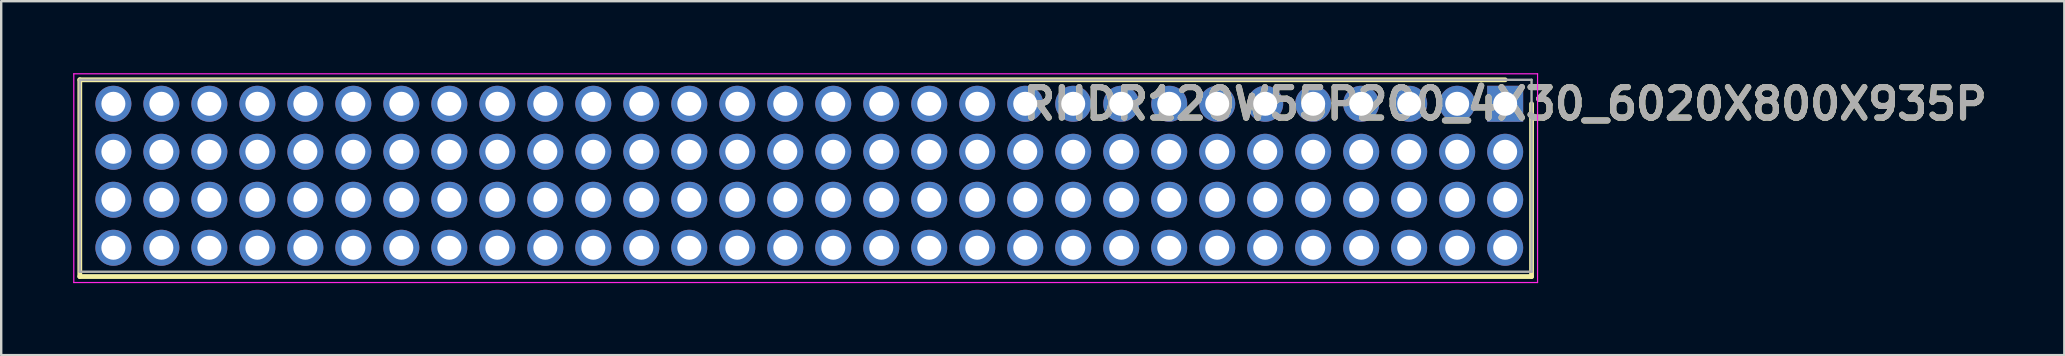
<source format=kicad_pcb>
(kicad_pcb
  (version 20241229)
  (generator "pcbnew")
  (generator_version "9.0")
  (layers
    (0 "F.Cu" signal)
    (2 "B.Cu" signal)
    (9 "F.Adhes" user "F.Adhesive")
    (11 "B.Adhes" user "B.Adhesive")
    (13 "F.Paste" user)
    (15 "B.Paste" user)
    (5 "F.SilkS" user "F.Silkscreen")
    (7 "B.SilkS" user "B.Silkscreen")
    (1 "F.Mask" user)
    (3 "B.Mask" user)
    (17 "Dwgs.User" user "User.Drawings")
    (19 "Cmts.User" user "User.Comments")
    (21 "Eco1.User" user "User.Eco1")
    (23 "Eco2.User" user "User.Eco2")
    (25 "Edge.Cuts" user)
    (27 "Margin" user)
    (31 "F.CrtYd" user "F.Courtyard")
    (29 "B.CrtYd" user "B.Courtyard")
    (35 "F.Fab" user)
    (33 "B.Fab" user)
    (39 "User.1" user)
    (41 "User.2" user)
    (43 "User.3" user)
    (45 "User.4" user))
  (footprint "RHDR120W55P200_4X30_6020X800X935P"
    (layer "F.Cu")
    (at 59.675 1.275)
    (property "Reference" "RHDR120W55P200_4X30_6020X800X935P" (at 0 0 0) (layer "F.SilkS") (effects (font (size 1.27 1.27) (thickness 0.254))))
    (attr through_hole)
    (fp_line (start -59.4 -1) (end -59.4 7.2) (stroke (width 0.2) (type solid)) (layer "F.SilkS"))
    (fp_line (start -59.4 7.2) (end 1.1 7.2) (stroke (width 0.2) (type solid)) (layer "F.SilkS"))
    (fp_line (start 0 -1) (end -59.4 -1) (stroke (width 0.2) (type solid)) (layer "F.SilkS"))
    (fp_line (start 1.1 7.2) (end 1.1 0) (stroke (width 0.2) (type solid)) (layer "F.SilkS"))
    (fp_line (start -59.65 -1.25) (end -59.65 7.45) (stroke (width 0.05) (type solid)) (layer "F.CrtYd"))
    (fp_line (start -59.65 7.45) (end 1.35 7.45) (stroke (width 0.05) (type solid)) (layer "F.CrtYd"))
    (fp_line (start 1.35 -1.25) (end -59.65 -1.25) (stroke (width 0.05) (type solid)) (layer "F.CrtYd"))
    (fp_line (start 1.35 7.45) (end 1.35 -1.25) (stroke (width 0.05) (type solid)) (layer "F.CrtYd"))
    (fp_line (start -59.4 -1) (end -59.4 7) (stroke (width 0.1) (type solid)) (layer "F.Fab"))
    (fp_line (start -59.4 7) (end 1.1 7) (stroke (width 0.1) (type solid)) (layer "F.Fab"))
    (fp_line (start 1.1 -1) (end -59.4 -1) (stroke (width 0.1) (type solid)) (layer "F.Fab"))
    (fp_line (start 1.1 7) (end 1.1 -1) (stroke (width 0.1) (type solid)) (layer "F.Fab"))
    (fp_text user "${REFERENCE}" (at 0 0 0) (layer "F.Fab") (effects (font (size 1.27 1.27) (thickness 0.254))))
    (pad "1" thru_hole rect (at 0 0) (size 1.5 1.5) (drill 1) (layers "*.Cu" "*.Mask"))
    (pad "2" thru_hole circle (at -2 0) (size 1.5 1.5) (drill 1) (layers "*.Cu" "*.Mask"))
    (pad "3" thru_hole circle (at -4 0) (size 1.5 1.5) (drill 1) (layers "*.Cu" "*.Mask"))
    (pad "4" thru_hole circle (at -6 0) (size 1.5 1.5) (drill 1) (layers "*.Cu" "*.Mask"))
    (pad "5" thru_hole circle (at -8 0) (size 1.5 1.5) (drill 1) (layers "*.Cu" "*.Mask"))
    (pad "6" thru_hole circle (at -10 0) (size 1.5 1.5) (drill 1) (layers "*.Cu" "*.Mask"))
    (pad "7" thru_hole circle (at -12 0) (size 1.5 1.5) (drill 1) (layers "*.Cu" "*.Mask"))
    (pad "8" thru_hole circle (at -14 0) (size 1.5 1.5) (drill 1) (layers "*.Cu" "*.Mask"))
    (pad "9" thru_hole circle (at -16 0) (size 1.5 1.5) (drill 1) (layers "*.Cu" "*.Mask"))
    (pad "10" thru_hole circle (at -18 0) (size 1.5 1.5) (drill 1) (layers "*.Cu" "*.Mask"))
    (pad "11" thru_hole circle (at -20 0) (size 1.5 1.5) (drill 1) (layers "*.Cu" "*.Mask"))
    (pad "12" thru_hole circle (at -22 0) (size 1.5 1.5) (drill 1) (layers "*.Cu" "*.Mask"))
    (pad "13" thru_hole circle (at -24 0) (size 1.5 1.5) (drill 1) (layers "*.Cu" "*.Mask"))
    (pad "14" thru_hole circle (at -26 0) (size 1.5 1.5) (drill 1) (layers "*.Cu" "*.Mask"))
    (pad "15" thru_hole circle (at -28 0) (size 1.5 1.5) (drill 1) (layers "*.Cu" "*.Mask"))
    (pad "16" thru_hole circle (at -30 0) (size 1.5 1.5) (drill 1) (layers "*.Cu" "*.Mask"))
    (pad "17" thru_hole circle (at -32 0) (size 1.5 1.5) (drill 1) (layers "*.Cu" "*.Mask"))
    (pad "18" thru_hole circle (at -34 0) (size 1.5 1.5) (drill 1) (layers "*.Cu" "*.Mask"))
    (pad "19" thru_hole circle (at -36 0) (size 1.5 1.5) (drill 1) (layers "*.Cu" "*.Mask"))
    (pad "20" thru_hole circle (at -38 0) (size 1.5 1.5) (drill 1) (layers "*.Cu" "*.Mask"))
    (pad "21" thru_hole circle (at -40 0) (size 1.5 1.5) (drill 1) (layers "*.Cu" "*.Mask"))
    (pad "22" thru_hole circle (at -42 0) (size 1.5 1.5) (drill 1) (layers "*.Cu" "*.Mask"))
    (pad "23" thru_hole circle (at -44 0) (size 1.5 1.5) (drill 1) (layers "*.Cu" "*.Mask"))
    (pad "24" thru_hole circle (at -46 0) (size 1.5 1.5) (drill 1) (layers "*.Cu" "*.Mask"))
    (pad "25" thru_hole circle (at -48 0) (size 1.5 1.5) (drill 1) (layers "*.Cu" "*.Mask"))
    (pad "26" thru_hole circle (at -50 0) (size 1.5 1.5) (drill 1) (layers "*.Cu" "*.Mask"))
    (pad "27" thru_hole circle (at -52 0) (size 1.5 1.5) (drill 1) (layers "*.Cu" "*.Mask"))
    (pad "28" thru_hole circle (at -54 0) (size 1.5 1.5) (drill 1) (layers "*.Cu" "*.Mask"))
    (pad "29" thru_hole circle (at -56 0) (size 1.5 1.5) (drill 1) (layers "*.Cu" "*.Mask"))
    (pad "30" thru_hole circle (at -58 0) (size 1.5 1.5) (drill 1) (layers "*.Cu" "*.Mask"))
    (pad "31" thru_hole circle (at 0 2) (size 1.5 1.5) (drill 1) (layers "*.Cu" "*.Mask"))
    (pad "32" thru_hole circle (at -2 2) (size 1.5 1.5) (drill 1) (layers "*.Cu" "*.Mask"))
    (pad "33" thru_hole circle (at -4 2) (size 1.5 1.5) (drill 1) (layers "*.Cu" "*.Mask"))
    (pad "34" thru_hole circle (at -6 2) (size 1.5 1.5) (drill 1) (layers "*.Cu" "*.Mask"))
    (pad "35" thru_hole circle (at -8 2) (size 1.5 1.5) (drill 1) (layers "*.Cu" "*.Mask"))
    (pad "36" thru_hole circle (at -10 2) (size 1.5 1.5) (drill 1) (layers "*.Cu" "*.Mask"))
    (pad "37" thru_hole circle (at -12 2) (size 1.5 1.5) (drill 1) (layers "*.Cu" "*.Mask"))
    (pad "38" thru_hole circle (at -14 2) (size 1.5 1.5) (drill 1) (layers "*.Cu" "*.Mask"))
    (pad "39" thru_hole circle (at -16 2) (size 1.5 1.5) (drill 1) (layers "*.Cu" "*.Mask"))
    (pad "40" thru_hole circle (at -18 2) (size 1.5 1.5) (drill 1) (layers "*.Cu" "*.Mask"))
    (pad "41" thru_hole circle (at -20 2) (size 1.5 1.5) (drill 1) (layers "*.Cu" "*.Mask"))
    (pad "42" thru_hole circle (at -22 2) (size 1.5 1.5) (drill 1) (layers "*.Cu" "*.Mask"))
    (pad "43" thru_hole circle (at -24 2) (size 1.5 1.5) (drill 1) (layers "*.Cu" "*.Mask"))
    (pad "44" thru_hole circle (at -26 2) (size 1.5 1.5) (drill 1) (layers "*.Cu" "*.Mask"))
    (pad "45" thru_hole circle (at -28 2) (size 1.5 1.5) (drill 1) (layers "*.Cu" "*.Mask"))
    (pad "46" thru_hole circle (at -30 2) (size 1.5 1.5) (drill 1) (layers "*.Cu" "*.Mask"))
    (pad "47" thru_hole circle (at -32 2) (size 1.5 1.5) (drill 1) (layers "*.Cu" "*.Mask"))
    (pad "48" thru_hole circle (at -34 2) (size 1.5 1.5) (drill 1) (layers "*.Cu" "*.Mask"))
    (pad "49" thru_hole circle (at -36 2) (size 1.5 1.5) (drill 1) (layers "*.Cu" "*.Mask"))
    (pad "50" thru_hole circle (at -38 2) (size 1.5 1.5) (drill 1) (layers "*.Cu" "*.Mask"))
    (pad "51" thru_hole circle (at -40 2) (size 1.5 1.5) (drill 1) (layers "*.Cu" "*.Mask"))
    (pad "52" thru_hole circle (at -42 2) (size 1.5 1.5) (drill 1) (layers "*.Cu" "*.Mask"))
    (pad "53" thru_hole circle (at -44 2) (size 1.5 1.5) (drill 1) (layers "*.Cu" "*.Mask"))
    (pad "54" thru_hole circle (at -46 2) (size 1.5 1.5) (drill 1) (layers "*.Cu" "*.Mask"))
    (pad "55" thru_hole circle (at -48 2) (size 1.5 1.5) (drill 1) (layers "*.Cu" "*.Mask"))
    (pad "56" thru_hole circle (at -50 2) (size 1.5 1.5) (drill 1) (layers "*.Cu" "*.Mask"))
    (pad "57" thru_hole circle (at -52 2) (size 1.5 1.5) (drill 1) (layers "*.Cu" "*.Mask"))
    (pad "58" thru_hole circle (at -54 2) (size 1.5 1.5) (drill 1) (layers "*.Cu" "*.Mask"))
    (pad "59" thru_hole circle (at -56 2) (size 1.5 1.5) (drill 1) (layers "*.Cu" "*.Mask"))
    (pad "60" thru_hole circle (at -58 2) (size 1.5 1.5) (drill 1) (layers "*.Cu" "*.Mask"))
    (pad "61" thru_hole circle (at 0 4) (size 1.5 1.5) (drill 1) (layers "*.Cu" "*.Mask"))
    (pad "62" thru_hole circle (at -2 4) (size 1.5 1.5) (drill 1) (layers "*.Cu" "*.Mask"))
    (pad "63" thru_hole circle (at -4 4) (size 1.5 1.5) (drill 1) (layers "*.Cu" "*.Mask"))
    (pad "64" thru_hole circle (at -6 4) (size 1.5 1.5) (drill 1) (layers "*.Cu" "*.Mask"))
    (pad "65" thru_hole circle (at -8 4) (size 1.5 1.5) (drill 1) (layers "*.Cu" "*.Mask"))
    (pad "66" thru_hole circle (at -10 4) (size 1.5 1.5) (drill 1) (layers "*.Cu" "*.Mask"))
    (pad "67" thru_hole circle (at -12 4) (size 1.5 1.5) (drill 1) (layers "*.Cu" "*.Mask"))
    (pad "68" thru_hole circle (at -14 4) (size 1.5 1.5) (drill 1) (layers "*.Cu" "*.Mask"))
    (pad "69" thru_hole circle (at -16 4) (size 1.5 1.5) (drill 1) (layers "*.Cu" "*.Mask"))
    (pad "70" thru_hole circle (at -18 4) (size 1.5 1.5) (drill 1) (layers "*.Cu" "*.Mask"))
    (pad "71" thru_hole circle (at -20 4) (size 1.5 1.5) (drill 1) (layers "*.Cu" "*.Mask"))
    (pad "72" thru_hole circle (at -22 4) (size 1.5 1.5) (drill 1) (layers "*.Cu" "*.Mask"))
    (pad "73" thru_hole circle (at -24 4) (size 1.5 1.5) (drill 1) (layers "*.Cu" "*.Mask"))
    (pad "74" thru_hole circle (at -26 4) (size 1.5 1.5) (drill 1) (layers "*.Cu" "*.Mask"))
    (pad "75" thru_hole circle (at -28 4) (size 1.5 1.5) (drill 1) (layers "*.Cu" "*.Mask"))
    (pad "76" thru_hole circle (at -30 4) (size 1.5 1.5) (drill 1) (layers "*.Cu" "*.Mask"))
    (pad "77" thru_hole circle (at -32 4) (size 1.5 1.5) (drill 1) (layers "*.Cu" "*.Mask"))
    (pad "78" thru_hole circle (at -34 4) (size 1.5 1.5) (drill 1) (layers "*.Cu" "*.Mask"))
    (pad "79" thru_hole circle (at -36 4) (size 1.5 1.5) (drill 1) (layers "*.Cu" "*.Mask"))
    (pad "80" thru_hole circle (at -38 4) (size 1.5 1.5) (drill 1) (layers "*.Cu" "*.Mask"))
    (pad "81" thru_hole circle (at -40 4) (size 1.5 1.5) (drill 1) (layers "*.Cu" "*.Mask"))
    (pad "82" thru_hole circle (at -42 4) (size 1.5 1.5) (drill 1) (layers "*.Cu" "*.Mask"))
    (pad "83" thru_hole circle (at -44 4) (size 1.5 1.5) (drill 1) (layers "*.Cu" "*.Mask"))
    (pad "84" thru_hole circle (at -46 4) (size 1.5 1.5) (drill 1) (layers "*.Cu" "*.Mask"))
    (pad "85" thru_hole circle (at -48 4) (size 1.5 1.5) (drill 1) (layers "*.Cu" "*.Mask"))
    (pad "86" thru_hole circle (at -50 4) (size 1.5 1.5) (drill 1) (layers "*.Cu" "*.Mask"))
    (pad "87" thru_hole circle (at -52 4) (size 1.5 1.5) (drill 1) (layers "*.Cu" "*.Mask"))
    (pad "88" thru_hole circle (at -54 4) (size 1.5 1.5) (drill 1) (layers "*.Cu" "*.Mask"))
    (pad "89" thru_hole circle (at -56 4) (size 1.5 1.5) (drill 1) (layers "*.Cu" "*.Mask"))
    (pad "90" thru_hole circle (at -58 4) (size 1.5 1.5) (drill 1) (layers "*.Cu" "*.Mask"))
    (pad "91" thru_hole circle (at 0 6) (size 1.5 1.5) (drill 1) (layers "*.Cu" "*.Mask"))
    (pad "92" thru_hole circle (at -2 6) (size 1.5 1.5) (drill 1) (layers "*.Cu" "*.Mask"))
    (pad "93" thru_hole circle (at -4 6) (size 1.5 1.5) (drill 1) (layers "*.Cu" "*.Mask"))
    (pad "94" thru_hole circle (at -6 6) (size 1.5 1.5) (drill 1) (layers "*.Cu" "*.Mask"))
    (pad "95" thru_hole circle (at -8 6) (size 1.5 1.5) (drill 1) (layers "*.Cu" "*.Mask"))
    (pad "96" thru_hole circle (at -10 6) (size 1.5 1.5) (drill 1) (layers "*.Cu" "*.Mask"))
    (pad "97" thru_hole circle (at -12 6) (size 1.5 1.5) (drill 1) (layers "*.Cu" "*.Mask"))
    (pad "98" thru_hole circle (at -14 6) (size 1.5 1.5) (drill 1) (layers "*.Cu" "*.Mask"))
    (pad "99" thru_hole circle (at -16 6) (size 1.5 1.5) (drill 1) (layers "*.Cu" "*.Mask"))
    (pad "100" thru_hole circle (at -18 6) (size 1.5 1.5) (drill 1) (layers "*.Cu" "*.Mask"))
    (pad "101" thru_hole circle (at -20 6) (size 1.5 1.5) (drill 1) (layers "*.Cu" "*.Mask"))
    (pad "102" thru_hole circle (at -22 6) (size 1.5 1.5) (drill 1) (layers "*.Cu" "*.Mask"))
    (pad "103" thru_hole circle (at -24 6) (size 1.5 1.5) (drill 1) (layers "*.Cu" "*.Mask"))
    (pad "104" thru_hole circle (at -26 6) (size 1.5 1.5) (drill 1) (layers "*.Cu" "*.Mask"))
    (pad "105" thru_hole circle (at -28 6) (size 1.5 1.5) (drill 1) (layers "*.Cu" "*.Mask"))
    (pad "106" thru_hole circle (at -30 6) (size 1.5 1.5) (drill 1) (layers "*.Cu" "*.Mask"))
    (pad "107" thru_hole circle (at -32 6) (size 1.5 1.5) (drill 1) (layers "*.Cu" "*.Mask"))
    (pad "108" thru_hole circle (at -34 6) (size 1.5 1.5) (drill 1) (layers "*.Cu" "*.Mask"))
    (pad "109" thru_hole circle (at -36 6) (size 1.5 1.5) (drill 1) (layers "*.Cu" "*.Mask"))
    (pad "110" thru_hole circle (at -38 6) (size 1.5 1.5) (drill 1) (layers "*.Cu" "*.Mask"))
    (pad "111" thru_hole circle (at -40 6) (size 1.5 1.5) (drill 1) (layers "*.Cu" "*.Mask"))
    (pad "112" thru_hole circle (at -42 6) (size 1.5 1.5) (drill 1) (layers "*.Cu" "*.Mask"))
    (pad "113" thru_hole circle (at -44 6) (size 1.5 1.5) (drill 1) (layers "*.Cu" "*.Mask"))
    (pad "114" thru_hole circle (at -46 6) (size 1.5 1.5) (drill 1) (layers "*.Cu" "*.Mask"))
    (pad "115" thru_hole circle (at -48 6) (size 1.5 1.5) (drill 1) (layers "*.Cu" "*.Mask"))
    (pad "116" thru_hole circle (at -50 6) (size 1.5 1.5) (drill 1) (layers "*.Cu" "*.Mask"))
    (pad "117" thru_hole circle (at -52 6) (size 1.5 1.5) (drill 1) (layers "*.Cu" "*.Mask"))
    (pad "118" thru_hole circle (at -54 6) (size 1.5 1.5) (drill 1) (layers "*.Cu" "*.Mask"))
    (pad "119" thru_hole circle (at -56 6) (size 1.5 1.5) (drill 1) (layers "*.Cu" "*.Mask"))
    (pad "120" thru_hole circle (at -58 6) (size 1.5 1.5) (drill 1) (layers "*.Cu" "*.Mask")))
  (gr_rect
    (start -3 -3)
    (end 82.977 11.75)
    (stroke (width 0.1) (type default))
    (fill no)
    (layer "Edge.Cuts")))
</source>
